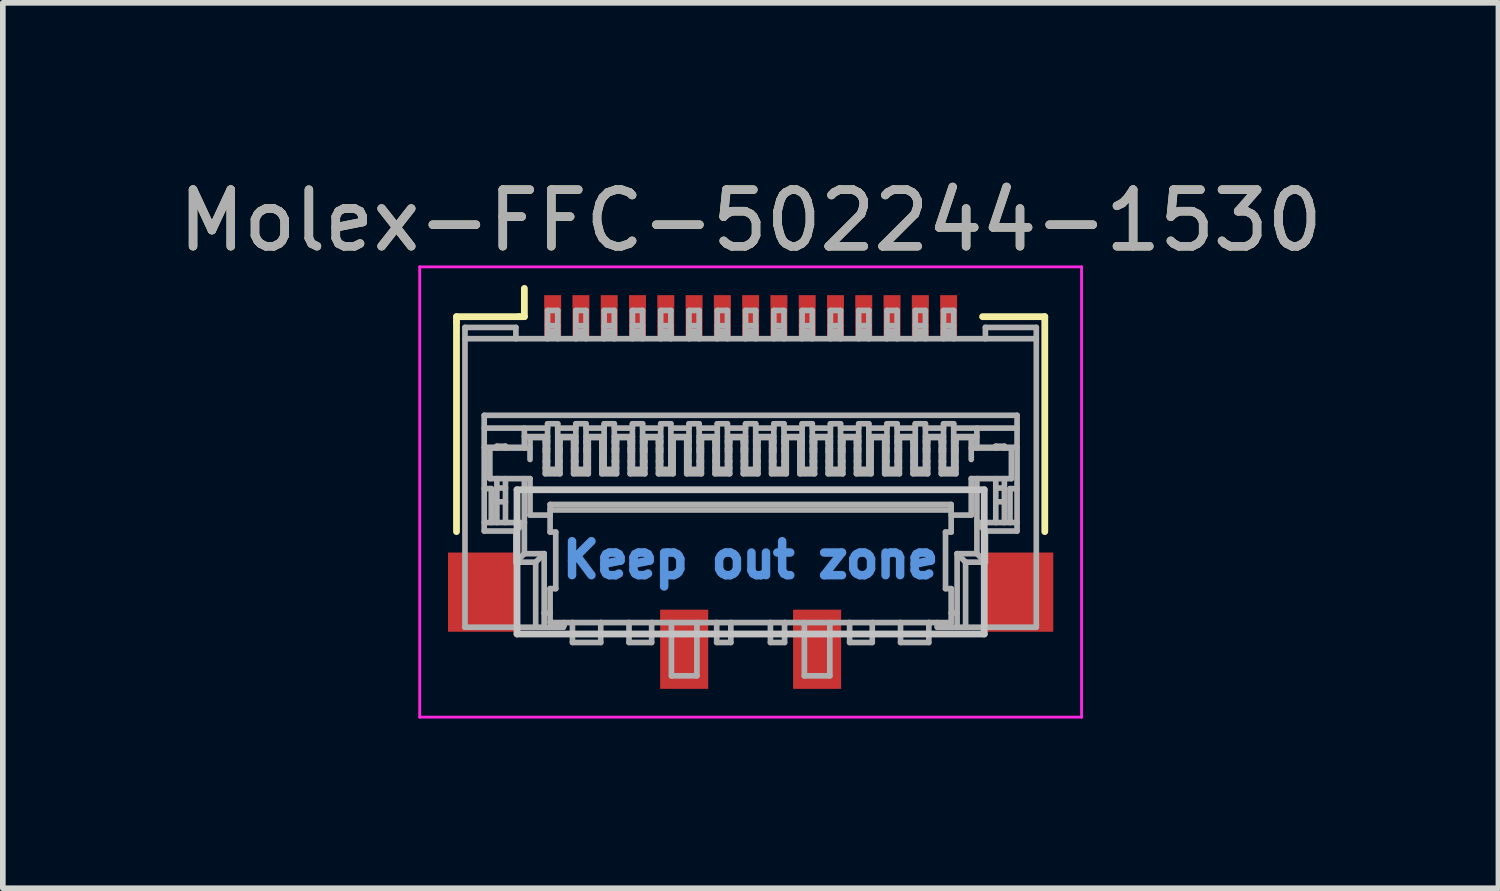
<source format=kicad_pcb>
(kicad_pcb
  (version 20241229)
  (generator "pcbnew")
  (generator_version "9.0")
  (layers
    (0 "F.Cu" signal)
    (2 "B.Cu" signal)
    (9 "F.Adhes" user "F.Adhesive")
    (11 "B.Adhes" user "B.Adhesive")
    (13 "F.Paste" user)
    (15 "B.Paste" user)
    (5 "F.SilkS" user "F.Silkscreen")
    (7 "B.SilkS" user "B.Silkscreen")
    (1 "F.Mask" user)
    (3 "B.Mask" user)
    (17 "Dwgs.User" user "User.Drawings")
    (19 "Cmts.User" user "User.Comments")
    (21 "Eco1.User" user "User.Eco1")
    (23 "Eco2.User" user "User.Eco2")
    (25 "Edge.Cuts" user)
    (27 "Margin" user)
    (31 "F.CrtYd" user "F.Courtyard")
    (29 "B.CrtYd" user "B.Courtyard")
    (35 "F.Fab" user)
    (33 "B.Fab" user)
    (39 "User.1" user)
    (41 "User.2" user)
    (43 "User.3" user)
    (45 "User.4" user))
  (footprint "Molex-FFC-502244-1530"
    (layer "F.Cu")
    (at 10.22 5.648)
    (property "Reference" "Molex-FFC-502244-1530" (at 0 -4.8 0) (layer "F.SilkS") (effects (font (size 1 1) (thickness 0.15))))
    (attr smd)
    (fp_line (start -5.2 -3.1) (end -4.1 -3.1) (stroke (width 0.12) (type solid)) (layer "F.SilkS"))
    (fp_line (start -5.2 -3) (end -5.2 -3.1) (stroke (width 0.12) (type solid)) (layer "F.SilkS"))
    (fp_line (start -5.2 0.7) (end -5.2 -3) (stroke (width 0.12) (type solid)) (layer "F.SilkS"))
    (fp_line (start -4.1 -3.1) (end -4 -3.1) (stroke (width 0.12) (type solid)) (layer "F.SilkS"))
    (fp_line (start -4 -3.1) (end -4 -3.6) (stroke (width 0.12) (type solid)) (layer "F.SilkS"))
    (fp_line (start 4.1 -3.1) (end 5.2 -3.1) (stroke (width 0.12) (type solid)) (layer "F.SilkS"))
    (fp_line (start 5.2 -3.1) (end 5.2 0.7) (stroke (width 0.12) (type solid)) (layer "F.SilkS"))
    (fp_line (start -4.13 -0.04) (end 4.13 -0.04) (stroke (width 0.12) (type solid)) (layer "Dwgs.User"))
    (fp_line (start -4.13 2.51) (end -4.13 -0.04) (stroke (width 0.12) (type solid)) (layer "Dwgs.User"))
    (fp_line (start 4.13 -0.04) (end 4.13 2.51) (stroke (width 0.12) (type solid)) (layer "Dwgs.User"))
    (fp_line (start 4.13 2.51) (end -4.13 2.51) (stroke (width 0.12) (type solid)) (layer "Dwgs.User"))
    (fp_line (start -5.85 -3.98) (end 5.85 -3.98) (stroke (width 0.05) (type solid)) (layer "F.CrtYd"))
    (fp_line (start -5.85 3.98) (end -5.85 -3.98) (stroke (width 0.05) (type solid)) (layer "F.CrtYd"))
    (fp_line (start 5.85 -3.98) (end 5.85 3.98) (stroke (width 0.05) (type solid)) (layer "F.CrtYd"))
    (fp_line (start 5.85 3.98) (end -5.85 3.98) (stroke (width 0.05) (type solid)) (layer "F.CrtYd"))
    (fp_line (start -5.05 -2.91) (end -5.05 2.39) (stroke (width 0.1) (type solid)) (layer "F.Fab"))
    (fp_line (start -5.05 2.39) (end -3.31 2.39) (stroke (width 0.1) (type solid)) (layer "F.Fab"))
    (fp_line (start -4.71 -1.356) (end 4.71 -1.356) (stroke (width 0.1) (type solid)) (layer "F.Fab"))
    (fp_line (start -4.71 0.54) (end -4 0.54) (stroke (width 0.1) (type solid)) (layer "F.Fab"))
    (fp_line (start -4.71 0.69) (end -4.71 -1.356) (stroke (width 0.1) (type solid)) (layer "F.Fab"))
    (fp_line (start -4.61 -0.777) (end -4.61 -0.237) (stroke (width 0.1) (type solid)) (layer "F.Fab"))
    (fp_line (start -4.61 -0.237) (end -3.9 -0.237) (stroke (width 0.1) (type solid)) (layer "F.Fab"))
    (fp_line (start -4.585 -0.06) (end -4.71 -0.06) (stroke (width 0.1) (type solid)) (layer "F.Fab"))
    (fp_line (start -4.585 0.54) (end -4.585 -0.06) (stroke (width 0.1) (type solid)) (layer "F.Fab"))
    (fp_line (start -4.486 -0.81) (end -4.486 -0.777) (stroke (width 0.1) (type solid)) (layer "F.Fab"))
    (fp_line (start -4.486 -0.79) (end -4.71 -0.79) (stroke (width 0.1) (type solid)) (layer "F.Fab"))
    (fp_line (start -4.486 -0.237) (end -4.486 0.54) (stroke (width 0.1) (type solid)) (layer "F.Fab"))
    (fp_line (start -4.334 -0.81) (end -4.486 -0.81) (stroke (width 0.1) (type solid)) (layer "F.Fab"))
    (fp_line (start -4.334 -0.777) (end -4.334 -0.81) (stroke (width 0.1) (type solid)) (layer "F.Fab"))
    (fp_line (start -4.334 -0.07) (end -4.486 -0.07) (stroke (width 0.1) (type solid)) (layer "F.Fab"))
    (fp_line (start -4.334 0.173) (end -4.486 0.173) (stroke (width 0.1) (type solid)) (layer "F.Fab"))
    (fp_line (start -4.334 0.54) (end -4.334 -0.237) (stroke (width 0.1) (type solid)) (layer "F.Fab"))
    (fp_line (start -4.15 -2.91) (end -5.05 -2.91) (stroke (width 0.1) (type solid)) (layer "F.Fab"))
    (fp_line (start -4.15 -2.71) (end -4.15 -2.91) (stroke (width 0.1) (type solid)) (layer "F.Fab"))
    (fp_line (start -4.15 0.69) (end -4.71 0.69) (stroke (width 0.1) (type solid)) (layer "F.Fab"))
    (fp_line (start -4.15 1.24) (end -4.15 0.69) (stroke (width 0.1) (type solid)) (layer "F.Fab"))
    (fp_line (start -4.15 1.24) (end -4 1.09) (stroke (width 0.1) (type solid)) (layer "F.Fab"))
    (fp_line (start -4 -1.13) (end -4 -0.777) (stroke (width 0.1) (type solid)) (layer "F.Fab"))
    (fp_line (start -4 -0.79) (end -4.334 -0.79) (stroke (width 0.1) (type solid)) (layer "F.Fab"))
    (fp_line (start -4 -0.237) (end -4 1.09) (stroke (width 0.1) (type solid)) (layer "F.Fab"))
    (fp_line (start -4 0.54) (end -4.15 0.69) (stroke (width 0.1) (type solid)) (layer "F.Fab"))
    (fp_line (start -3.9 -0.962) (end -3.9 -0.575) (stroke (width 0.1) (type solid)) (layer "F.Fab"))
    (fp_line (start -3.9 -0.777) (end -4.61 -0.777) (stroke (width 0.1) (type solid)) (layer "F.Fab"))
    (fp_line (start -3.9 -0.237) (end -3.9 0.408) (stroke (width 0.1) (type solid)) (layer "F.Fab"))
    (fp_line (start -3.9 0.408) (end -3.545 0.408) (stroke (width 0.1) (type solid)) (layer "F.Fab"))
    (fp_line (start -3.8 1.24) (end -4.15 1.24) (stroke (width 0.1) (type solid)) (layer "F.Fab"))
    (fp_line (start -3.8 1.24) (end -3.65 1.09) (stroke (width 0.1) (type solid)) (layer "F.Fab"))
    (fp_line (start -3.8 2.39) (end -3.8 1.24) (stroke (width 0.1) (type solid)) (layer "F.Fab"))
    (fp_line (start -3.65 1.09) (end -4 1.09) (stroke (width 0.1) (type solid)) (layer "F.Fab"))
    (fp_line (start -3.65 2.14) (end -3.545 2.14) (stroke (width 0.1) (type solid)) (layer "F.Fab"))
    (fp_line (start -3.65 2.39) (end -3.65 1.09) (stroke (width 0.1) (type solid)) (layer "F.Fab"))
    (fp_line (start -3.63 -0.962) (end -3.9 -0.962) (stroke (width 0.1) (type solid)) (layer "F.Fab"))
    (fp_line (start -3.63 -0.962) (end -3.63 -0.909) (stroke (width 0.1) (type solid)) (layer "F.Fab"))
    (fp_line (start -3.63 -0.872) (end -3.63 -0.323) (stroke (width 0.1) (type solid)) (layer "F.Fab"))
    (fp_line (start -3.63 -0.872) (end -3.59 -0.872) (stroke (width 0.1) (type solid)) (layer "F.Fab"))
    (fp_line (start -3.63 -0.766) (end -3.59 -0.766) (stroke (width 0.1) (type solid)) (layer "F.Fab"))
    (fp_line (start -3.63 -0.542) (end -3.59 -0.542) (stroke (width 0.1) (type solid)) (layer "F.Fab"))
    (fp_line (start -3.59 -3.21) (end -3.59 -2.71) (stroke (width 0.1) (type solid)) (layer "F.Fab"))
    (fp_line (start -3.59 -2.84) (end -3.41 -2.84) (stroke (width 0.1) (type solid)) (layer "F.Fab"))
    (fp_line (start -3.59 -1.206) (end -3.59 -0.4) (stroke (width 0.1) (type solid)) (layer "F.Fab"))
    (fp_line (start -3.59 -1.13) (end -4.71 -1.13) (stroke (width 0.1) (type solid)) (layer "F.Fab"))
    (fp_line (start -3.59 -0.98) (end -4 -0.98) (stroke (width 0.1) (type solid)) (layer "F.Fab"))
    (fp_line (start -3.59 -0.909) (end -3.63 -0.909) (stroke (width 0.1) (type solid)) (layer "F.Fab"))
    (fp_line (start -3.59 -0.719) (end -3.63 -0.719) (stroke (width 0.1) (type solid)) (layer "F.Fab"))
    (fp_line (start -3.59 -0.422) (end -3.63 -0.422) (stroke (width 0.1) (type solid)) (layer "F.Fab"))
    (fp_line (start -3.59 -0.4) (end -3.41 -0.4) (stroke (width 0.1) (type solid)) (layer "F.Fab"))
    (fp_line (start -3.545 0.22) (end -3.545 0.708) (stroke (width 0.1) (type solid)) (layer "F.Fab"))
    (fp_line (start -3.545 0.22) (end 3.545 0.22) (stroke (width 0.1) (type solid)) (layer "F.Fab"))
    (fp_line (start -3.545 0.318) (end 3.545 0.318) (stroke (width 0.1) (type solid)) (layer "F.Fab"))
    (fp_line (start -3.545 0.708) (end -3.445 0.708) (stroke (width 0.1) (type solid)) (layer "F.Fab"))
    (fp_line (start -3.545 1.708) (end -3.545 2.308) (stroke (width 0.1) (type solid)) (layer "F.Fab"))
    (fp_line (start -3.545 2.308) (end 3.545 2.308) (stroke (width 0.1) (type solid)) (layer "F.Fab"))
    (fp_line (start -3.445 0.708) (end -3.445 1.708) (stroke (width 0.1) (type solid)) (layer "F.Fab"))
    (fp_line (start -3.445 1.708) (end -3.545 1.708) (stroke (width 0.1) (type solid)) (layer "F.Fab"))
    (fp_line (start -3.41 -3.21) (end -3.59 -3.21) (stroke (width 0.1) (type solid)) (layer "F.Fab"))
    (fp_line (start -3.41 -3.21) (end -3.41 -2.71) (stroke (width 0.1) (type solid)) (layer "F.Fab"))
    (fp_line (start -3.41 -2.94) (end -3.59 -2.94) (stroke (width 0.1) (type solid)) (layer "F.Fab"))
    (fp_line (start -3.41 -2.79) (end -3.59 -2.79) (stroke (width 0.1) (type solid)) (layer "F.Fab"))
    (fp_line (start -3.41 -1.206) (end -3.59 -1.206) (stroke (width 0.1) (type solid)) (layer "F.Fab"))
    (fp_line (start -3.41 -1.13) (end -3.09 -1.13) (stroke (width 0.1) (type solid)) (layer "F.Fab"))
    (fp_line (start -3.41 -0.872) (end -3.37 -0.872) (stroke (width 0.1) (type solid)) (layer "F.Fab"))
    (fp_line (start -3.41 -0.766) (end -3.37 -0.766) (stroke (width 0.1) (type solid)) (layer "F.Fab"))
    (fp_line (start -3.41 -0.542) (end -3.37 -0.542) (stroke (width 0.1) (type solid)) (layer "F.Fab"))
    (fp_line (start -3.41 -0.4) (end -3.41 -1.206) (stroke (width 0.1) (type solid)) (layer "F.Fab"))
    (fp_line (start -3.37 -0.962) (end -3.37 -0.909) (stroke (width 0.1) (type solid)) (layer "F.Fab"))
    (fp_line (start -3.37 -0.909) (end -3.41 -0.909) (stroke (width 0.1) (type solid)) (layer "F.Fab"))
    (fp_line (start -3.37 -0.872) (end -3.37 -0.323) (stroke (width 0.1) (type solid)) (layer "F.Fab"))
    (fp_line (start -3.37 -0.719) (end -3.41 -0.719) (stroke (width 0.1) (type solid)) (layer "F.Fab"))
    (fp_line (start -3.37 -0.422) (end -3.41 -0.422) (stroke (width 0.1) (type solid)) (layer "F.Fab"))
    (fp_line (start -3.37 -0.323) (end -3.63 -0.323) (stroke (width 0.1) (type solid)) (layer "F.Fab"))
    (fp_line (start -3.3 2.359) (end -3.31 2.39) (stroke (width 0.1) (type solid)) (layer "F.Fab"))
    (fp_line (start -3.3 2.359) (end -3.3 2.308) (stroke (width 0.1) (type solid)) (layer "F.Fab"))
    (fp_line (start -3.15 2.66) (end -3.15 2.308) (stroke (width 0.1) (type solid)) (layer "F.Fab"))
    (fp_line (start -3.15 2.66) (end -2.65 2.66) (stroke (width 0.1) (type solid)) (layer "F.Fab"))
    (fp_line (start -3.13 -0.962) (end -3.37 -0.962) (stroke (width 0.1) (type solid)) (layer "F.Fab"))
    (fp_line (start -3.13 -0.962) (end -3.13 -0.909) (stroke (width 0.1) (type solid)) (layer "F.Fab"))
    (fp_line (start -3.13 -0.872) (end -3.09 -0.872) (stroke (width 0.1) (type solid)) (layer "F.Fab"))
    (fp_line (start -3.13 -0.766) (end -3.09 -0.766) (stroke (width 0.1) (type solid)) (layer "F.Fab"))
    (fp_line (start -3.13 -0.542) (end -3.09 -0.542) (stroke (width 0.1) (type solid)) (layer "F.Fab"))
    (fp_line (start -3.13 -0.323) (end -3.13 -0.872) (stroke (width 0.1) (type solid)) (layer "F.Fab"))
    (fp_line (start -3.09 -3.21) (end -3.09 -2.71) (stroke (width 0.1) (type solid)) (layer "F.Fab"))
    (fp_line (start -3.09 -2.84) (end -2.91 -2.84) (stroke (width 0.1) (type solid)) (layer "F.Fab"))
    (fp_line (start -3.09 -1.206) (end -3.09 -0.4) (stroke (width 0.1) (type solid)) (layer "F.Fab"))
    (fp_line (start -3.09 -0.98) (end -3.41 -0.98) (stroke (width 0.1) (type solid)) (layer "F.Fab"))
    (fp_line (start -3.09 -0.909) (end -3.13 -0.909) (stroke (width 0.1) (type solid)) (layer "F.Fab"))
    (fp_line (start -3.09 -0.719) (end -3.13 -0.719) (stroke (width 0.1) (type solid)) (layer "F.Fab"))
    (fp_line (start -3.09 -0.422) (end -3.13 -0.422) (stroke (width 0.1) (type solid)) (layer "F.Fab"))
    (fp_line (start -3.09 -0.4) (end -2.91 -0.4) (stroke (width 0.1) (type solid)) (layer "F.Fab"))
    (fp_line (start -2.91 -3.21) (end -3.09 -3.21) (stroke (width 0.1) (type solid)) (layer "F.Fab"))
    (fp_line (start -2.91 -3.21) (end -2.91 -2.71) (stroke (width 0.1) (type solid)) (layer "F.Fab"))
    (fp_line (start -2.91 -2.94) (end -3.09 -2.94) (stroke (width 0.1) (type solid)) (layer "F.Fab"))
    (fp_line (start -2.91 -2.79) (end -3.09 -2.79) (stroke (width 0.1) (type solid)) (layer "F.Fab"))
    (fp_line (start -2.91 -1.206) (end -3.09 -1.206) (stroke (width 0.1) (type solid)) (layer "F.Fab"))
    (fp_line (start -2.91 -1.13) (end -2.59 -1.13) (stroke (width 0.1) (type solid)) (layer "F.Fab"))
    (fp_line (start -2.91 -0.872) (end -2.87 -0.872) (stroke (width 0.1) (type solid)) (layer "F.Fab"))
    (fp_line (start -2.91 -0.766) (end -2.87 -0.766) (stroke (width 0.1) (type solid)) (layer "F.Fab"))
    (fp_line (start -2.91 -0.542) (end -2.87 -0.542) (stroke (width 0.1) (type solid)) (layer "F.Fab"))
    (fp_line (start -2.91 -0.4) (end -2.91 -1.206) (stroke (width 0.1) (type solid)) (layer "F.Fab"))
    (fp_line (start -2.87 -0.962) (end -2.87 -0.909) (stroke (width 0.1) (type solid)) (layer "F.Fab"))
    (fp_line (start -2.87 -0.909) (end -2.91 -0.909) (stroke (width 0.1) (type solid)) (layer "F.Fab"))
    (fp_line (start -2.87 -0.872) (end -2.87 -0.323) (stroke (width 0.1) (type solid)) (layer "F.Fab"))
    (fp_line (start -2.87 -0.719) (end -2.91 -0.719) (stroke (width 0.1) (type solid)) (layer "F.Fab"))
    (fp_line (start -2.87 -0.422) (end -2.91 -0.422) (stroke (width 0.1) (type solid)) (layer "F.Fab"))
    (fp_line (start -2.87 -0.323) (end -3.13 -0.323) (stroke (width 0.1) (type solid)) (layer "F.Fab"))
    (fp_line (start -2.65 2.66) (end -2.65 2.308) (stroke (width 0.1) (type solid)) (layer "F.Fab"))
    (fp_line (start -2.63 -0.962) (end -2.87 -0.962) (stroke (width 0.1) (type solid)) (layer "F.Fab"))
    (fp_line (start -2.63 -0.962) (end -2.63 -0.909) (stroke (width 0.1) (type solid)) (layer "F.Fab"))
    (fp_line (start -2.63 -0.872) (end -2.59 -0.872) (stroke (width 0.1) (type solid)) (layer "F.Fab"))
    (fp_line (start -2.63 -0.766) (end -2.59 -0.766) (stroke (width 0.1) (type solid)) (layer "F.Fab"))
    (fp_line (start -2.63 -0.542) (end -2.59 -0.542) (stroke (width 0.1) (type solid)) (layer "F.Fab"))
    (fp_line (start -2.63 -0.323) (end -2.63 -0.872) (stroke (width 0.1) (type solid)) (layer "F.Fab"))
    (fp_line (start -2.59 -3.21) (end -2.59 -2.71) (stroke (width 0.1) (type solid)) (layer "F.Fab"))
    (fp_line (start -2.59 -2.84) (end -2.41 -2.84) (stroke (width 0.1) (type solid)) (layer "F.Fab"))
    (fp_line (start -2.59 -1.206) (end -2.59 -0.4) (stroke (width 0.1) (type solid)) (layer "F.Fab"))
    (fp_line (start -2.59 -0.98) (end -2.91 -0.98) (stroke (width 0.1) (type solid)) (layer "F.Fab"))
    (fp_line (start -2.59 -0.909) (end -2.63 -0.909) (stroke (width 0.1) (type solid)) (layer "F.Fab"))
    (fp_line (start -2.59 -0.719) (end -2.63 -0.719) (stroke (width 0.1) (type solid)) (layer "F.Fab"))
    (fp_line (start -2.59 -0.422) (end -2.63 -0.422) (stroke (width 0.1) (type solid)) (layer "F.Fab"))
    (fp_line (start -2.59 -0.4) (end -2.41 -0.4) (stroke (width 0.1) (type solid)) (layer "F.Fab"))
    (fp_line (start -2.41 -3.21) (end -2.59 -3.21) (stroke (width 0.1) (type solid)) (layer "F.Fab"))
    (fp_line (start -2.41 -3.21) (end -2.41 -2.71) (stroke (width 0.1) (type solid)) (layer "F.Fab"))
    (fp_line (start -2.41 -2.94) (end -2.59 -2.94) (stroke (width 0.1) (type solid)) (layer "F.Fab"))
    (fp_line (start -2.41 -2.79) (end -2.59 -2.79) (stroke (width 0.1) (type solid)) (layer "F.Fab"))
    (fp_line (start -2.41 -1.206) (end -2.59 -1.206) (stroke (width 0.1) (type solid)) (layer "F.Fab"))
    (fp_line (start -2.41 -1.13) (end -2.09 -1.13) (stroke (width 0.1) (type solid)) (layer "F.Fab"))
    (fp_line (start -2.41 -0.872) (end -2.37 -0.872) (stroke (width 0.1) (type solid)) (layer "F.Fab"))
    (fp_line (start -2.41 -0.766) (end -2.37 -0.766) (stroke (width 0.1) (type solid)) (layer "F.Fab"))
    (fp_line (start -2.41 -0.542) (end -2.37 -0.542) (stroke (width 0.1) (type solid)) (layer "F.Fab"))
    (fp_line (start -2.41 -0.4) (end -2.41 -1.206) (stroke (width 0.1) (type solid)) (layer "F.Fab"))
    (fp_line (start -2.37 -0.962) (end -2.37 -0.909) (stroke (width 0.1) (type solid)) (layer "F.Fab"))
    (fp_line (start -2.37 -0.909) (end -2.41 -0.909) (stroke (width 0.1) (type solid)) (layer "F.Fab"))
    (fp_line (start -2.37 -0.872) (end -2.37 -0.323) (stroke (width 0.1) (type solid)) (layer "F.Fab"))
    (fp_line (start -2.37 -0.719) (end -2.41 -0.719) (stroke (width 0.1) (type solid)) (layer "F.Fab"))
    (fp_line (start -2.37 -0.422) (end -2.41 -0.422) (stroke (width 0.1) (type solid)) (layer "F.Fab"))
    (fp_line (start -2.37 -0.323) (end -2.63 -0.323) (stroke (width 0.1) (type solid)) (layer "F.Fab"))
    (fp_line (start -2.15 2.66) (end -2.15 2.308) (stroke (width 0.1) (type solid)) (layer "F.Fab"))
    (fp_line (start -2.15 2.66) (end -1.75 2.66) (stroke (width 0.1) (type solid)) (layer "F.Fab"))
    (fp_line (start -2.13 -0.962) (end -2.37 -0.962) (stroke (width 0.1) (type solid)) (layer "F.Fab"))
    (fp_line (start -2.13 -0.962) (end -2.13 -0.909) (stroke (width 0.1) (type solid)) (layer "F.Fab"))
    (fp_line (start -2.13 -0.872) (end -2.09 -0.872) (stroke (width 0.1) (type solid)) (layer "F.Fab"))
    (fp_line (start -2.13 -0.766) (end -2.09 -0.766) (stroke (width 0.1) (type solid)) (layer "F.Fab"))
    (fp_line (start -2.13 -0.542) (end -2.09 -0.542) (stroke (width 0.1) (type solid)) (layer "F.Fab"))
    (fp_line (start -2.13 -0.323) (end -2.13 -0.872) (stroke (width 0.1) (type solid)) (layer "F.Fab"))
    (fp_line (start -2.09 -3.21) (end -2.09 -2.71) (stroke (width 0.1) (type solid)) (layer "F.Fab"))
    (fp_line (start -2.09 -2.84) (end -1.91 -2.84) (stroke (width 0.1) (type solid)) (layer "F.Fab"))
    (fp_line (start -2.09 -1.206) (end -2.09 -0.4) (stroke (width 0.1) (type solid)) (layer "F.Fab"))
    (fp_line (start -2.09 -0.98) (end -2.41 -0.98) (stroke (width 0.1) (type solid)) (layer "F.Fab"))
    (fp_line (start -2.09 -0.909) (end -2.13 -0.909) (stroke (width 0.1) (type solid)) (layer "F.Fab"))
    (fp_line (start -2.09 -0.719) (end -2.13 -0.719) (stroke (width 0.1) (type solid)) (layer "F.Fab"))
    (fp_line (start -2.09 -0.422) (end -2.13 -0.422) (stroke (width 0.1) (type solid)) (layer "F.Fab"))
    (fp_line (start -2.09 -0.4) (end -1.91 -0.4) (stroke (width 0.1) (type solid)) (layer "F.Fab"))
    (fp_line (start -1.91 -3.21) (end -2.09 -3.21) (stroke (width 0.1) (type solid)) (layer "F.Fab"))
    (fp_line (start -1.91 -3.21) (end -1.91 -2.71) (stroke (width 0.1) (type solid)) (layer "F.Fab"))
    (fp_line (start -1.91 -2.94) (end -2.09 -2.94) (stroke (width 0.1) (type solid)) (layer "F.Fab"))
    (fp_line (start -1.91 -2.79) (end -2.09 -2.79) (stroke (width 0.1) (type solid)) (layer "F.Fab"))
    (fp_line (start -1.91 -1.206) (end -2.09 -1.206) (stroke (width 0.1) (type solid)) (layer "F.Fab"))
    (fp_line (start -1.91 -1.13) (end -1.59 -1.13) (stroke (width 0.1) (type solid)) (layer "F.Fab"))
    (fp_line (start -1.91 -0.872) (end -1.87 -0.872) (stroke (width 0.1) (type solid)) (layer "F.Fab"))
    (fp_line (start -1.91 -0.766) (end -1.87 -0.766) (stroke (width 0.1) (type solid)) (layer "F.Fab"))
    (fp_line (start -1.91 -0.542) (end -1.87 -0.542) (stroke (width 0.1) (type solid)) (layer "F.Fab"))
    (fp_line (start -1.91 -0.4) (end -1.91 -1.206) (stroke (width 0.1) (type solid)) (layer "F.Fab"))
    (fp_line (start -1.87 -0.962) (end -1.87 -0.909) (stroke (width 0.1) (type solid)) (layer "F.Fab"))
    (fp_line (start -1.87 -0.909) (end -1.91 -0.909) (stroke (width 0.1) (type solid)) (layer "F.Fab"))
    (fp_line (start -1.87 -0.872) (end -1.87 -0.323) (stroke (width 0.1) (type solid)) (layer "F.Fab"))
    (fp_line (start -1.87 -0.719) (end -1.91 -0.719) (stroke (width 0.1) (type solid)) (layer "F.Fab"))
    (fp_line (start -1.87 -0.422) (end -1.91 -0.422) (stroke (width 0.1) (type solid)) (layer "F.Fab"))
    (fp_line (start -1.87 -0.323) (end -2.13 -0.323) (stroke (width 0.1) (type solid)) (layer "F.Fab"))
    (fp_line (start -1.75 2.66) (end -1.75 2.308) (stroke (width 0.1) (type solid)) (layer "F.Fab"))
    (fp_line (start -1.63 -0.962) (end -1.87 -0.962) (stroke (width 0.1) (type solid)) (layer "F.Fab"))
    (fp_line (start -1.63 -0.962) (end -1.63 -0.909) (stroke (width 0.1) (type solid)) (layer "F.Fab"))
    (fp_line (start -1.63 -0.872) (end -1.59 -0.872) (stroke (width 0.1) (type solid)) (layer "F.Fab"))
    (fp_line (start -1.63 -0.766) (end -1.59 -0.766) (stroke (width 0.1) (type solid)) (layer "F.Fab"))
    (fp_line (start -1.63 -0.542) (end -1.59 -0.542) (stroke (width 0.1) (type solid)) (layer "F.Fab"))
    (fp_line (start -1.63 -0.323) (end -1.63 -0.872) (stroke (width 0.1) (type solid)) (layer "F.Fab"))
    (fp_line (start -1.59 -3.21) (end -1.59 -2.71) (stroke (width 0.1) (type solid)) (layer "F.Fab"))
    (fp_line (start -1.59 -2.84) (end -1.41 -2.84) (stroke (width 0.1) (type solid)) (layer "F.Fab"))
    (fp_line (start -1.59 -1.206) (end -1.59 -0.4) (stroke (width 0.1) (type solid)) (layer "F.Fab"))
    (fp_line (start -1.59 -0.98) (end -1.91 -0.98) (stroke (width 0.1) (type solid)) (layer "F.Fab"))
    (fp_line (start -1.59 -0.909) (end -1.63 -0.909) (stroke (width 0.1) (type solid)) (layer "F.Fab"))
    (fp_line (start -1.59 -0.719) (end -1.63 -0.719) (stroke (width 0.1) (type solid)) (layer "F.Fab"))
    (fp_line (start -1.59 -0.422) (end -1.63 -0.422) (stroke (width 0.1) (type solid)) (layer "F.Fab"))
    (fp_line (start -1.59 -0.4) (end -1.41 -0.4) (stroke (width 0.1) (type solid)) (layer "F.Fab"))
    (fp_line (start -1.41 -3.21) (end -1.59 -3.21) (stroke (width 0.1) (type solid)) (layer "F.Fab"))
    (fp_line (start -1.41 -3.21) (end -1.41 -2.71) (stroke (width 0.1) (type solid)) (layer "F.Fab"))
    (fp_line (start -1.41 -2.94) (end -1.59 -2.94) (stroke (width 0.1) (type solid)) (layer "F.Fab"))
    (fp_line (start -1.41 -2.79) (end -1.59 -2.79) (stroke (width 0.1) (type solid)) (layer "F.Fab"))
    (fp_line (start -1.41 -1.206) (end -1.59 -1.206) (stroke (width 0.1) (type solid)) (layer "F.Fab"))
    (fp_line (start -1.41 -1.13) (end -1.09 -1.13) (stroke (width 0.1) (type solid)) (layer "F.Fab"))
    (fp_line (start -1.41 -0.872) (end -1.37 -0.872) (stroke (width 0.1) (type solid)) (layer "F.Fab"))
    (fp_line (start -1.41 -0.766) (end -1.37 -0.766) (stroke (width 0.1) (type solid)) (layer "F.Fab"))
    (fp_line (start -1.41 -0.542) (end -1.37 -0.542) (stroke (width 0.1) (type solid)) (layer "F.Fab"))
    (fp_line (start -1.41 -0.4) (end -1.41 -1.206) (stroke (width 0.1) (type solid)) (layer "F.Fab"))
    (fp_line (start -1.4 3.25) (end -1.4 2.34) (stroke (width 0.1) (type solid)) (layer "F.Fab"))
    (fp_line (start -1.4 3.25) (end -0.95 3.25) (stroke (width 0.1) (type solid)) (layer "F.Fab"))
    (fp_line (start -1.37 -0.962) (end -1.37 -0.909) (stroke (width 0.1) (type solid)) (layer "F.Fab"))
    (fp_line (start -1.37 -0.909) (end -1.41 -0.909) (stroke (width 0.1) (type solid)) (layer "F.Fab"))
    (fp_line (start -1.37 -0.872) (end -1.37 -0.323) (stroke (width 0.1) (type solid)) (layer "F.Fab"))
    (fp_line (start -1.37 -0.719) (end -1.41 -0.719) (stroke (width 0.1) (type solid)) (layer "F.Fab"))
    (fp_line (start -1.37 -0.422) (end -1.41 -0.422) (stroke (width 0.1) (type solid)) (layer "F.Fab"))
    (fp_line (start -1.37 -0.323) (end -1.63 -0.323) (stroke (width 0.1) (type solid)) (layer "F.Fab"))
    (fp_line (start -1.13 -0.962) (end -1.37 -0.962) (stroke (width 0.1) (type solid)) (layer "F.Fab"))
    (fp_line (start -1.13 -0.962) (end -1.13 -0.909) (stroke (width 0.1) (type solid)) (layer "F.Fab"))
    (fp_line (start -1.13 -0.872) (end -1.09 -0.872) (stroke (width 0.1) (type solid)) (layer "F.Fab"))
    (fp_line (start -1.13 -0.766) (end -1.09 -0.766) (stroke (width 0.1) (type solid)) (layer "F.Fab"))
    (fp_line (start -1.13 -0.542) (end -1.09 -0.542) (stroke (width 0.1) (type solid)) (layer "F.Fab"))
    (fp_line (start -1.13 -0.323) (end -1.13 -0.872) (stroke (width 0.1) (type solid)) (layer "F.Fab"))
    (fp_line (start -1.09 -3.21) (end -1.09 -2.71) (stroke (width 0.1) (type solid)) (layer "F.Fab"))
    (fp_line (start -1.09 -2.84) (end -0.91 -2.84) (stroke (width 0.1) (type solid)) (layer "F.Fab"))
    (fp_line (start -1.09 -1.206) (end -1.09 -0.4) (stroke (width 0.1) (type solid)) (layer "F.Fab"))
    (fp_line (start -1.09 -0.98) (end -1.41 -0.98) (stroke (width 0.1) (type solid)) (layer "F.Fab"))
    (fp_line (start -1.09 -0.909) (end -1.13 -0.909) (stroke (width 0.1) (type solid)) (layer "F.Fab"))
    (fp_line (start -1.09 -0.719) (end -1.13 -0.719) (stroke (width 0.1) (type solid)) (layer "F.Fab"))
    (fp_line (start -1.09 -0.422) (end -1.13 -0.422) (stroke (width 0.1) (type solid)) (layer "F.Fab"))
    (fp_line (start -1.09 -0.4) (end -0.91 -0.4) (stroke (width 0.1) (type solid)) (layer "F.Fab"))
    (fp_line (start -0.95 2.34) (end -0.95 3.25) (stroke (width 0.1) (type solid)) (layer "F.Fab"))
    (fp_line (start -0.91 -3.21) (end -1.09 -3.21) (stroke (width 0.1) (type solid)) (layer "F.Fab"))
    (fp_line (start -0.91 -3.21) (end -0.91 -2.71) (stroke (width 0.1) (type solid)) (layer "F.Fab"))
    (fp_line (start -0.91 -2.94) (end -1.09 -2.94) (stroke (width 0.1) (type solid)) (layer "F.Fab"))
    (fp_line (start -0.91 -2.79) (end -1.09 -2.79) (stroke (width 0.1) (type solid)) (layer "F.Fab"))
    (fp_line (start -0.91 -1.206) (end -1.09 -1.206) (stroke (width 0.1) (type solid)) (layer "F.Fab"))
    (fp_line (start -0.91 -1.13) (end -0.59 -1.13) (stroke (width 0.1) (type solid)) (layer "F.Fab"))
    (fp_line (start -0.91 -0.872) (end -0.87 -0.872) (stroke (width 0.1) (type solid)) (layer "F.Fab"))
    (fp_line (start -0.91 -0.766) (end -0.87 -0.766) (stroke (width 0.1) (type solid)) (layer "F.Fab"))
    (fp_line (start -0.91 -0.542) (end -0.87 -0.542) (stroke (width 0.1) (type solid)) (layer "F.Fab"))
    (fp_line (start -0.91 -0.4) (end -0.91 -1.206) (stroke (width 0.1) (type solid)) (layer "F.Fab"))
    (fp_line (start -0.87 -0.962) (end -0.87 -0.909) (stroke (width 0.1) (type solid)) (layer "F.Fab"))
    (fp_line (start -0.87 -0.909) (end -0.91 -0.909) (stroke (width 0.1) (type solid)) (layer "F.Fab"))
    (fp_line (start -0.87 -0.872) (end -0.87 -0.323) (stroke (width 0.1) (type solid)) (layer "F.Fab"))
    (fp_line (start -0.87 -0.719) (end -0.91 -0.719) (stroke (width 0.1) (type solid)) (layer "F.Fab"))
    (fp_line (start -0.87 -0.422) (end -0.91 -0.422) (stroke (width 0.1) (type solid)) (layer "F.Fab"))
    (fp_line (start -0.87 -0.323) (end -1.13 -0.323) (stroke (width 0.1) (type solid)) (layer "F.Fab"))
    (fp_line (start -0.63 -0.962) (end -0.87 -0.962) (stroke (width 0.1) (type solid)) (layer "F.Fab"))
    (fp_line (start -0.63 -0.962) (end -0.63 -0.909) (stroke (width 0.1) (type solid)) (layer "F.Fab"))
    (fp_line (start -0.63 -0.872) (end -0.59 -0.872) (stroke (width 0.1) (type solid)) (layer "F.Fab"))
    (fp_line (start -0.63 -0.766) (end -0.59 -0.766) (stroke (width 0.1) (type solid)) (layer "F.Fab"))
    (fp_line (start -0.63 -0.542) (end -0.59 -0.542) (stroke (width 0.1) (type solid)) (layer "F.Fab"))
    (fp_line (start -0.63 -0.323) (end -0.63 -0.872) (stroke (width 0.1) (type solid)) (layer "F.Fab"))
    (fp_line (start -0.6 2.66) (end -0.6 2.308) (stroke (width 0.1) (type solid)) (layer "F.Fab"))
    (fp_line (start -0.6 2.66) (end -0.35 2.66) (stroke (width 0.1) (type solid)) (layer "F.Fab"))
    (fp_line (start -0.59 -3.21) (end -0.59 -2.71) (stroke (width 0.1) (type solid)) (layer "F.Fab"))
    (fp_line (start -0.59 -2.84) (end -0.41 -2.84) (stroke (width 0.1) (type solid)) (layer "F.Fab"))
    (fp_line (start -0.59 -1.206) (end -0.59 -0.4) (stroke (width 0.1) (type solid)) (layer "F.Fab"))
    (fp_line (start -0.59 -0.98) (end -0.91 -0.98) (stroke (width 0.1) (type solid)) (layer "F.Fab"))
    (fp_line (start -0.59 -0.909) (end -0.63 -0.909) (stroke (width 0.1) (type solid)) (layer "F.Fab"))
    (fp_line (start -0.59 -0.719) (end -0.63 -0.719) (stroke (width 0.1) (type solid)) (layer "F.Fab"))
    (fp_line (start -0.59 -0.422) (end -0.63 -0.422) (stroke (width 0.1) (type solid)) (layer "F.Fab"))
    (fp_line (start -0.59 -0.4) (end -0.41 -0.4) (stroke (width 0.1) (type solid)) (layer "F.Fab"))
    (fp_line (start -0.41 -3.21) (end -0.59 -3.21) (stroke (width 0.1) (type solid)) (layer "F.Fab"))
    (fp_line (start -0.41 -3.21) (end -0.41 -2.71) (stroke (width 0.1) (type solid)) (layer "F.Fab"))
    (fp_line (start -0.41 -2.94) (end -0.59 -2.94) (stroke (width 0.1) (type solid)) (layer "F.Fab"))
    (fp_line (start -0.41 -2.79) (end -0.59 -2.79) (stroke (width 0.1) (type solid)) (layer "F.Fab"))
    (fp_line (start -0.41 -1.206) (end -0.59 -1.206) (stroke (width 0.1) (type solid)) (layer "F.Fab"))
    (fp_line (start -0.41 -1.13) (end -0.09 -1.13) (stroke (width 0.1) (type solid)) (layer "F.Fab"))
    (fp_line (start -0.41 -0.872) (end -0.37 -0.872) (stroke (width 0.1) (type solid)) (layer "F.Fab"))
    (fp_line (start -0.41 -0.766) (end -0.37 -0.766) (stroke (width 0.1) (type solid)) (layer "F.Fab"))
    (fp_line (start -0.41 -0.542) (end -0.37 -0.542) (stroke (width 0.1) (type solid)) (layer "F.Fab"))
    (fp_line (start -0.41 -0.4) (end -0.41 -1.206) (stroke (width 0.1) (type solid)) (layer "F.Fab"))
    (fp_line (start -0.37 -0.962) (end -0.37 -0.909) (stroke (width 0.1) (type solid)) (layer "F.Fab"))
    (fp_line (start -0.37 -0.909) (end -0.41 -0.909) (stroke (width 0.1) (type solid)) (layer "F.Fab"))
    (fp_line (start -0.37 -0.872) (end -0.37 -0.323) (stroke (width 0.1) (type solid)) (layer "F.Fab"))
    (fp_line (start -0.37 -0.719) (end -0.41 -0.719) (stroke (width 0.1) (type solid)) (layer "F.Fab"))
    (fp_line (start -0.37 -0.422) (end -0.41 -0.422) (stroke (width 0.1) (type solid)) (layer "F.Fab"))
    (fp_line (start -0.37 -0.323) (end -0.63 -0.323) (stroke (width 0.1) (type solid)) (layer "F.Fab"))
    (fp_line (start -0.35 2.66) (end -0.35 2.308) (stroke (width 0.1) (type solid)) (layer "F.Fab"))
    (fp_line (start -0.13 -0.962) (end -0.37 -0.962) (stroke (width 0.1) (type solid)) (layer "F.Fab"))
    (fp_line (start -0.13 -0.962) (end -0.13 -0.909) (stroke (width 0.1) (type solid)) (layer "F.Fab"))
    (fp_line (start -0.13 -0.872) (end -0.09 -0.872) (stroke (width 0.1) (type solid)) (layer "F.Fab"))
    (fp_line (start -0.13 -0.766) (end -0.09 -0.766) (stroke (width 0.1) (type solid)) (layer "F.Fab"))
    (fp_line (start -0.13 -0.542) (end -0.09 -0.542) (stroke (width 0.1) (type solid)) (layer "F.Fab"))
    (fp_line (start -0.13 -0.323) (end -0.13 -0.872) (stroke (width 0.1) (type solid)) (layer "F.Fab"))
    (fp_line (start -0.09 -3.21) (end -0.09 -2.71) (stroke (width 0.1) (type solid)) (layer "F.Fab"))
    (fp_line (start -0.09 -2.84) (end 0.09 -2.84) (stroke (width 0.1) (type solid)) (layer "F.Fab"))
    (fp_line (start -0.09 -1.206) (end -0.09 -0.4) (stroke (width 0.1) (type solid)) (layer "F.Fab"))
    (fp_line (start -0.09 -0.98) (end -0.41 -0.98) (stroke (width 0.1) (type solid)) (layer "F.Fab"))
    (fp_line (start -0.09 -0.909) (end -0.13 -0.909) (stroke (width 0.1) (type solid)) (layer "F.Fab"))
    (fp_line (start -0.09 -0.719) (end -0.13 -0.719) (stroke (width 0.1) (type solid)) (layer "F.Fab"))
    (fp_line (start -0.09 -0.422) (end -0.13 -0.422) (stroke (width 0.1) (type solid)) (layer "F.Fab"))
    (fp_line (start -0.09 -0.4) (end 0.09 -0.4) (stroke (width 0.1) (type solid)) (layer "F.Fab"))
    (fp_line (start 0.09 -3.21) (end -0.09 -3.21) (stroke (width 0.1) (type solid)) (layer "F.Fab"))
    (fp_line (start 0.09 -3.21) (end 0.09 -2.71) (stroke (width 0.1) (type solid)) (layer "F.Fab"))
    (fp_line (start 0.09 -2.94) (end -0.09 -2.94) (stroke (width 0.1) (type solid)) (layer "F.Fab"))
    (fp_line (start 0.09 -2.79) (end -0.09 -2.79) (stroke (width 0.1) (type solid)) (layer "F.Fab"))
    (fp_line (start 0.09 -1.206) (end -0.09 -1.206) (stroke (width 0.1) (type solid)) (layer "F.Fab"))
    (fp_line (start 0.09 -1.13) (end 0.41 -1.13) (stroke (width 0.1) (type solid)) (layer "F.Fab"))
    (fp_line (start 0.09 -0.872) (end 0.13 -0.872) (stroke (width 0.1) (type solid)) (layer "F.Fab"))
    (fp_line (start 0.09 -0.766) (end 0.13 -0.766) (stroke (width 0.1) (type solid)) (layer "F.Fab"))
    (fp_line (start 0.09 -0.542) (end 0.13 -0.542) (stroke (width 0.1) (type solid)) (layer "F.Fab"))
    (fp_line (start 0.09 -0.4) (end 0.09 -1.206) (stroke (width 0.1) (type solid)) (layer "F.Fab"))
    (fp_line (start 0.13 -0.962) (end 0.13 -0.909) (stroke (width 0.1) (type solid)) (layer "F.Fab"))
    (fp_line (start 0.13 -0.909) (end 0.09 -0.909) (stroke (width 0.1) (type solid)) (layer "F.Fab"))
    (fp_line (start 0.13 -0.872) (end 0.13 -0.323) (stroke (width 0.1) (type solid)) (layer "F.Fab"))
    (fp_line (start 0.13 -0.719) (end 0.09 -0.719) (stroke (width 0.1) (type solid)) (layer "F.Fab"))
    (fp_line (start 0.13 -0.422) (end 0.09 -0.422) (stroke (width 0.1) (type solid)) (layer "F.Fab"))
    (fp_line (start 0.13 -0.323) (end -0.13 -0.323) (stroke (width 0.1) (type solid)) (layer "F.Fab"))
    (fp_line (start 0.35 2.66) (end 0.35 2.308) (stroke (width 0.1) (type solid)) (layer "F.Fab"))
    (fp_line (start 0.35 2.66) (end 0.6 2.66) (stroke (width 0.1) (type solid)) (layer "F.Fab"))
    (fp_line (start 0.37 -0.962) (end 0.13 -0.962) (stroke (width 0.1) (type solid)) (layer "F.Fab"))
    (fp_line (start 0.37 -0.962) (end 0.37 -0.909) (stroke (width 0.1) (type solid)) (layer "F.Fab"))
    (fp_line (start 0.37 -0.872) (end 0.41 -0.872) (stroke (width 0.1) (type solid)) (layer "F.Fab"))
    (fp_line (start 0.37 -0.766) (end 0.41 -0.766) (stroke (width 0.1) (type solid)) (layer "F.Fab"))
    (fp_line (start 0.37 -0.542) (end 0.41 -0.542) (stroke (width 0.1) (type solid)) (layer "F.Fab"))
    (fp_line (start 0.37 -0.323) (end 0.37 -0.872) (stroke (width 0.1) (type solid)) (layer "F.Fab"))
    (fp_line (start 0.41 -3.21) (end 0.41 -2.71) (stroke (width 0.1) (type solid)) (layer "F.Fab"))
    (fp_line (start 0.41 -2.84) (end 0.59 -2.84) (stroke (width 0.1) (type solid)) (layer "F.Fab"))
    (fp_line (start 0.41 -1.206) (end 0.41 -0.4) (stroke (width 0.1) (type solid)) (layer "F.Fab"))
    (fp_line (start 0.41 -0.98) (end 0.09 -0.98) (stroke (width 0.1) (type solid)) (layer "F.Fab"))
    (fp_line (start 0.41 -0.909) (end 0.37 -0.909) (stroke (width 0.1) (type solid)) (layer "F.Fab"))
    (fp_line (start 0.41 -0.719) (end 0.37 -0.719) (stroke (width 0.1) (type solid)) (layer "F.Fab"))
    (fp_line (start 0.41 -0.422) (end 0.37 -0.422) (stroke (width 0.1) (type solid)) (layer "F.Fab"))
    (fp_line (start 0.41 -0.4) (end 0.59 -0.4) (stroke (width 0.1) (type solid)) (layer "F.Fab"))
    (fp_line (start 0.59 -3.21) (end 0.41 -3.21) (stroke (width 0.1) (type solid)) (layer "F.Fab"))
    (fp_line (start 0.59 -3.21) (end 0.59 -2.71) (stroke (width 0.1) (type solid)) (layer "F.Fab"))
    (fp_line (start 0.59 -2.94) (end 0.41 -2.94) (stroke (width 0.1) (type solid)) (layer "F.Fab"))
    (fp_line (start 0.59 -2.79) (end 0.41 -2.79) (stroke (width 0.1) (type solid)) (layer "F.Fab"))
    (fp_line (start 0.59 -1.206) (end 0.41 -1.206) (stroke (width 0.1) (type solid)) (layer "F.Fab"))
    (fp_line (start 0.59 -1.13) (end 0.91 -1.13) (stroke (width 0.1) (type solid)) (layer "F.Fab"))
    (fp_line (start 0.59 -0.872) (end 0.63 -0.872) (stroke (width 0.1) (type solid)) (layer "F.Fab"))
    (fp_line (start 0.59 -0.766) (end 0.63 -0.766) (stroke (width 0.1) (type solid)) (layer "F.Fab"))
    (fp_line (start 0.59 -0.542) (end 0.63 -0.542) (stroke (width 0.1) (type solid)) (layer "F.Fab"))
    (fp_line (start 0.59 -0.4) (end 0.59 -1.206) (stroke (width 0.1) (type solid)) (layer "F.Fab"))
    (fp_line (start 0.6 2.66) (end 0.6 2.308) (stroke (width 0.1) (type solid)) (layer "F.Fab"))
    (fp_line (start 0.63 -0.962) (end 0.63 -0.909) (stroke (width 0.1) (type solid)) (layer "F.Fab"))
    (fp_line (start 0.63 -0.909) (end 0.59 -0.909) (stroke (width 0.1) (type solid)) (layer "F.Fab"))
    (fp_line (start 0.63 -0.872) (end 0.63 -0.323) (stroke (width 0.1) (type solid)) (layer "F.Fab"))
    (fp_line (start 0.63 -0.719) (end 0.59 -0.719) (stroke (width 0.1) (type solid)) (layer "F.Fab"))
    (fp_line (start 0.63 -0.422) (end 0.59 -0.422) (stroke (width 0.1) (type solid)) (layer "F.Fab"))
    (fp_line (start 0.63 -0.323) (end 0.37 -0.323) (stroke (width 0.1) (type solid)) (layer "F.Fab"))
    (fp_line (start 0.87 -0.962) (end 0.63 -0.962) (stroke (width 0.1) (type solid)) (layer "F.Fab"))
    (fp_line (start 0.87 -0.962) (end 0.87 -0.909) (stroke (width 0.1) (type solid)) (layer "F.Fab"))
    (fp_line (start 0.87 -0.872) (end 0.91 -0.872) (stroke (width 0.1) (type solid)) (layer "F.Fab"))
    (fp_line (start 0.87 -0.766) (end 0.91 -0.766) (stroke (width 0.1) (type solid)) (layer "F.Fab"))
    (fp_line (start 0.87 -0.542) (end 0.91 -0.542) (stroke (width 0.1) (type solid)) (layer "F.Fab"))
    (fp_line (start 0.87 -0.323) (end 0.87 -0.872) (stroke (width 0.1) (type solid)) (layer "F.Fab"))
    (fp_line (start 0.91 -3.21) (end 0.91 -2.71) (stroke (width 0.1) (type solid)) (layer "F.Fab"))
    (fp_line (start 0.91 -2.84) (end 1.09 -2.84) (stroke (width 0.1) (type solid)) (layer "F.Fab"))
    (fp_line (start 0.91 -1.206) (end 0.91 -0.4) (stroke (width 0.1) (type solid)) (layer "F.Fab"))
    (fp_line (start 0.91 -0.98) (end 0.59 -0.98) (stroke (width 0.1) (type solid)) (layer "F.Fab"))
    (fp_line (start 0.91 -0.909) (end 0.87 -0.909) (stroke (width 0.1) (type solid)) (layer "F.Fab"))
    (fp_line (start 0.91 -0.719) (end 0.87 -0.719) (stroke (width 0.1) (type solid)) (layer "F.Fab"))
    (fp_line (start 0.91 -0.422) (end 0.87 -0.422) (stroke (width 0.1) (type solid)) (layer "F.Fab"))
    (fp_line (start 0.91 -0.4) (end 1.09 -0.4) (stroke (width 0.1) (type solid)) (layer "F.Fab"))
    (fp_line (start 0.95 3.25) (end 0.95 2.34) (stroke (width 0.1) (type solid)) (layer "F.Fab"))
    (fp_line (start 0.95 3.25) (end 1.4 3.25) (stroke (width 0.1) (type solid)) (layer "F.Fab"))
    (fp_line (start 1.09 -3.21) (end 0.91 -3.21) (stroke (width 0.1) (type solid)) (layer "F.Fab"))
    (fp_line (start 1.09 -3.21) (end 1.09 -2.71) (stroke (width 0.1) (type solid)) (layer "F.Fab"))
    (fp_line (start 1.09 -2.94) (end 0.91 -2.94) (stroke (width 0.1) (type solid)) (layer "F.Fab"))
    (fp_line (start 1.09 -2.79) (end 0.91 -2.79) (stroke (width 0.1) (type solid)) (layer "F.Fab"))
    (fp_line (start 1.09 -1.206) (end 0.91 -1.206) (stroke (width 0.1) (type solid)) (layer "F.Fab"))
    (fp_line (start 1.09 -1.13) (end 1.41 -1.13) (stroke (width 0.1) (type solid)) (layer "F.Fab"))
    (fp_line (start 1.09 -0.872) (end 1.13 -0.872) (stroke (width 0.1) (type solid)) (layer "F.Fab"))
    (fp_line (start 1.09 -0.766) (end 1.13 -0.766) (stroke (width 0.1) (type solid)) (layer "F.Fab"))
    (fp_line (start 1.09 -0.542) (end 1.13 -0.542) (stroke (width 0.1) (type solid)) (layer "F.Fab"))
    (fp_line (start 1.09 -0.4) (end 1.09 -1.206) (stroke (width 0.1) (type solid)) (layer "F.Fab"))
    (fp_line (start 1.13 -0.962) (end 1.13 -0.909) (stroke (width 0.1) (type solid)) (layer "F.Fab"))
    (fp_line (start 1.13 -0.909) (end 1.09 -0.909) (stroke (width 0.1) (type solid)) (layer "F.Fab"))
    (fp_line (start 1.13 -0.872) (end 1.13 -0.323) (stroke (width 0.1) (type solid)) (layer "F.Fab"))
    (fp_line (start 1.13 -0.719) (end 1.09 -0.719) (stroke (width 0.1) (type solid)) (layer "F.Fab"))
    (fp_line (start 1.13 -0.422) (end 1.09 -0.422) (stroke (width 0.1) (type solid)) (layer "F.Fab"))
    (fp_line (start 1.13 -0.323) (end 0.87 -0.323) (stroke (width 0.1) (type solid)) (layer "F.Fab"))
    (fp_line (start 1.37 -0.962) (end 1.13 -0.962) (stroke (width 0.1) (type solid)) (layer "F.Fab"))
    (fp_line (start 1.37 -0.962) (end 1.37 -0.909) (stroke (width 0.1) (type solid)) (layer "F.Fab"))
    (fp_line (start 1.37 -0.872) (end 1.41 -0.872) (stroke (width 0.1) (type solid)) (layer "F.Fab"))
    (fp_line (start 1.37 -0.766) (end 1.41 -0.766) (stroke (width 0.1) (type solid)) (layer "F.Fab"))
    (fp_line (start 1.37 -0.542) (end 1.41 -0.542) (stroke (width 0.1) (type solid)) (layer "F.Fab"))
    (fp_line (start 1.37 -0.323) (end 1.37 -0.872) (stroke (width 0.1) (type solid)) (layer "F.Fab"))
    (fp_line (start 1.4 2.34) (end 1.4 3.25) (stroke (width 0.1) (type solid)) (layer "F.Fab"))
    (fp_line (start 1.41 -3.21) (end 1.41 -2.71) (stroke (width 0.1) (type solid)) (layer "F.Fab"))
    (fp_line (start 1.41 -2.84) (end 1.59 -2.84) (stroke (width 0.1) (type solid)) (layer "F.Fab"))
    (fp_line (start 1.41 -1.206) (end 1.41 -0.4) (stroke (width 0.1) (type solid)) (layer "F.Fab"))
    (fp_line (start 1.41 -0.98) (end 1.09 -0.98) (stroke (width 0.1) (type solid)) (layer "F.Fab"))
    (fp_line (start 1.41 -0.909) (end 1.37 -0.909) (stroke (width 0.1) (type solid)) (layer "F.Fab"))
    (fp_line (start 1.41 -0.719) (end 1.37 -0.719) (stroke (width 0.1) (type solid)) (layer "F.Fab"))
    (fp_line (start 1.41 -0.422) (end 1.37 -0.422) (stroke (width 0.1) (type solid)) (layer "F.Fab"))
    (fp_line (start 1.41 -0.4) (end 1.59 -0.4) (stroke (width 0.1) (type solid)) (layer "F.Fab"))
    (fp_line (start 1.59 -3.21) (end 1.41 -3.21) (stroke (width 0.1) (type solid)) (layer "F.Fab"))
    (fp_line (start 1.59 -3.21) (end 1.59 -2.71) (stroke (width 0.1) (type solid)) (layer "F.Fab"))
    (fp_line (start 1.59 -2.94) (end 1.41 -2.94) (stroke (width 0.1) (type solid)) (layer "F.Fab"))
    (fp_line (start 1.59 -2.79) (end 1.41 -2.79) (stroke (width 0.1) (type solid)) (layer "F.Fab"))
    (fp_line (start 1.59 -1.206) (end 1.41 -1.206) (stroke (width 0.1) (type solid)) (layer "F.Fab"))
    (fp_line (start 1.59 -1.13) (end 1.91 -1.13) (stroke (width 0.1) (type solid)) (layer "F.Fab"))
    (fp_line (start 1.59 -0.872) (end 1.63 -0.872) (stroke (width 0.1) (type solid)) (layer "F.Fab"))
    (fp_line (start 1.59 -0.766) (end 1.63 -0.766) (stroke (width 0.1) (type solid)) (layer "F.Fab"))
    (fp_line (start 1.59 -0.542) (end 1.63 -0.542) (stroke (width 0.1) (type solid)) (layer "F.Fab"))
    (fp_line (start 1.59 -0.4) (end 1.59 -1.206) (stroke (width 0.1) (type solid)) (layer "F.Fab"))
    (fp_line (start 1.63 -0.962) (end 1.63 -0.909) (stroke (width 0.1) (type solid)) (layer "F.Fab"))
    (fp_line (start 1.63 -0.909) (end 1.59 -0.909) (stroke (width 0.1) (type solid)) (layer "F.Fab"))
    (fp_line (start 1.63 -0.872) (end 1.63 -0.323) (stroke (width 0.1) (type solid)) (layer "F.Fab"))
    (fp_line (start 1.63 -0.719) (end 1.59 -0.719) (stroke (width 0.1) (type solid)) (layer "F.Fab"))
    (fp_line (start 1.63 -0.422) (end 1.59 -0.422) (stroke (width 0.1) (type solid)) (layer "F.Fab"))
    (fp_line (start 1.63 -0.323) (end 1.37 -0.323) (stroke (width 0.1) (type solid)) (layer "F.Fab"))
    (fp_line (start 1.75 2.66) (end 1.75 2.308) (stroke (width 0.1) (type solid)) (layer "F.Fab"))
    (fp_line (start 1.75 2.66) (end 2.15 2.66) (stroke (width 0.1) (type solid)) (layer "F.Fab"))
    (fp_line (start 1.87 -0.962) (end 1.63 -0.962) (stroke (width 0.1) (type solid)) (layer "F.Fab"))
    (fp_line (start 1.87 -0.962) (end 1.87 -0.909) (stroke (width 0.1) (type solid)) (layer "F.Fab"))
    (fp_line (start 1.87 -0.872) (end 1.91 -0.872) (stroke (width 0.1) (type solid)) (layer "F.Fab"))
    (fp_line (start 1.87 -0.766) (end 1.91 -0.766) (stroke (width 0.1) (type solid)) (layer "F.Fab"))
    (fp_line (start 1.87 -0.542) (end 1.91 -0.542) (stroke (width 0.1) (type solid)) (layer "F.Fab"))
    (fp_line (start 1.87 -0.323) (end 1.87 -0.872) (stroke (width 0.1) (type solid)) (layer "F.Fab"))
    (fp_line (start 1.91 -3.21) (end 1.91 -2.71) (stroke (width 0.1) (type solid)) (layer "F.Fab"))
    (fp_line (start 1.91 -2.84) (end 2.09 -2.84) (stroke (width 0.1) (type solid)) (layer "F.Fab"))
    (fp_line (start 1.91 -1.206) (end 1.91 -0.4) (stroke (width 0.1) (type solid)) (layer "F.Fab"))
    (fp_line (start 1.91 -0.98) (end 1.59 -0.98) (stroke (width 0.1) (type solid)) (layer "F.Fab"))
    (fp_line (start 1.91 -0.909) (end 1.87 -0.909) (stroke (width 0.1) (type solid)) (layer "F.Fab"))
    (fp_line (start 1.91 -0.719) (end 1.87 -0.719) (stroke (width 0.1) (type solid)) (layer "F.Fab"))
    (fp_line (start 1.91 -0.422) (end 1.87 -0.422) (stroke (width 0.1) (type solid)) (layer "F.Fab"))
    (fp_line (start 1.91 -0.4) (end 2.09 -0.4) (stroke (width 0.1) (type solid)) (layer "F.Fab"))
    (fp_line (start 2.09 -3.21) (end 1.91 -3.21) (stroke (width 0.1) (type solid)) (layer "F.Fab"))
    (fp_line (start 2.09 -3.21) (end 2.09 -2.71) (stroke (width 0.1) (type solid)) (layer "F.Fab"))
    (fp_line (start 2.09 -2.94) (end 1.91 -2.94) (stroke (width 0.1) (type solid)) (layer "F.Fab"))
    (fp_line (start 2.09 -2.79) (end 1.91 -2.79) (stroke (width 0.1) (type solid)) (layer "F.Fab"))
    (fp_line (start 2.09 -1.206) (end 1.91 -1.206) (stroke (width 0.1) (type solid)) (layer "F.Fab"))
    (fp_line (start 2.09 -1.13) (end 2.41 -1.13) (stroke (width 0.1) (type solid)) (layer "F.Fab"))
    (fp_line (start 2.09 -0.872) (end 2.13 -0.872) (stroke (width 0.1) (type solid)) (layer "F.Fab"))
    (fp_line (start 2.09 -0.766) (end 2.13 -0.766) (stroke (width 0.1) (type solid)) (layer "F.Fab"))
    (fp_line (start 2.09 -0.542) (end 2.13 -0.542) (stroke (width 0.1) (type solid)) (layer "F.Fab"))
    (fp_line (start 2.09 -0.4) (end 2.09 -1.206) (stroke (width 0.1) (type solid)) (layer "F.Fab"))
    (fp_line (start 2.13 -0.962) (end 2.13 -0.909) (stroke (width 0.1) (type solid)) (layer "F.Fab"))
    (fp_line (start 2.13 -0.909) (end 2.09 -0.909) (stroke (width 0.1) (type solid)) (layer "F.Fab"))
    (fp_line (start 2.13 -0.872) (end 2.13 -0.323) (stroke (width 0.1) (type solid)) (layer "F.Fab"))
    (fp_line (start 2.13 -0.719) (end 2.09 -0.719) (stroke (width 0.1) (type solid)) (layer "F.Fab"))
    (fp_line (start 2.13 -0.422) (end 2.09 -0.422) (stroke (width 0.1) (type solid)) (layer "F.Fab"))
    (fp_line (start 2.13 -0.323) (end 1.87 -0.323) (stroke (width 0.1) (type solid)) (layer "F.Fab"))
    (fp_line (start 2.15 2.66) (end 2.15 2.308) (stroke (width 0.1) (type solid)) (layer "F.Fab"))
    (fp_line (start 2.37 -0.962) (end 2.13 -0.962) (stroke (width 0.1) (type solid)) (layer "F.Fab"))
    (fp_line (start 2.37 -0.962) (end 2.37 -0.909) (stroke (width 0.1) (type solid)) (layer "F.Fab"))
    (fp_line (start 2.37 -0.872) (end 2.41 -0.872) (stroke (width 0.1) (type solid)) (layer "F.Fab"))
    (fp_line (start 2.37 -0.766) (end 2.41 -0.766) (stroke (width 0.1) (type solid)) (layer "F.Fab"))
    (fp_line (start 2.37 -0.542) (end 2.41 -0.542) (stroke (width 0.1) (type solid)) (layer "F.Fab"))
    (fp_line (start 2.37 -0.323) (end 2.37 -0.872) (stroke (width 0.1) (type solid)) (layer "F.Fab"))
    (fp_line (start 2.41 -3.21) (end 2.41 -2.71) (stroke (width 0.1) (type solid)) (layer "F.Fab"))
    (fp_line (start 2.41 -2.84) (end 2.59 -2.84) (stroke (width 0.1) (type solid)) (layer "F.Fab"))
    (fp_line (start 2.41 -1.206) (end 2.41 -0.4) (stroke (width 0.1) (type solid)) (layer "F.Fab"))
    (fp_line (start 2.41 -0.98) (end 2.09 -0.98) (stroke (width 0.1) (type solid)) (layer "F.Fab"))
    (fp_line (start 2.41 -0.909) (end 2.37 -0.909) (stroke (width 0.1) (type solid)) (layer "F.Fab"))
    (fp_line (start 2.41 -0.719) (end 2.37 -0.719) (stroke (width 0.1) (type solid)) (layer "F.Fab"))
    (fp_line (start 2.41 -0.422) (end 2.37 -0.422) (stroke (width 0.1) (type solid)) (layer "F.Fab"))
    (fp_line (start 2.41 -0.4) (end 2.59 -0.4) (stroke (width 0.1) (type solid)) (layer "F.Fab"))
    (fp_line (start 2.59 -3.21) (end 2.41 -3.21) (stroke (width 0.1) (type solid)) (layer "F.Fab"))
    (fp_line (start 2.59 -3.21) (end 2.59 -2.71) (stroke (width 0.1) (type solid)) (layer "F.Fab"))
    (fp_line (start 2.59 -2.94) (end 2.41 -2.94) (stroke (width 0.1) (type solid)) (layer "F.Fab"))
    (fp_line (start 2.59 -2.79) (end 2.41 -2.79) (stroke (width 0.1) (type solid)) (layer "F.Fab"))
    (fp_line (start 2.59 -1.206) (end 2.41 -1.206) (stroke (width 0.1) (type solid)) (layer "F.Fab"))
    (fp_line (start 2.59 -1.13) (end 2.91 -1.13) (stroke (width 0.1) (type solid)) (layer "F.Fab"))
    (fp_line (start 2.59 -0.872) (end 2.63 -0.872) (stroke (width 0.1) (type solid)) (layer "F.Fab"))
    (fp_line (start 2.59 -0.766) (end 2.63 -0.766) (stroke (width 0.1) (type solid)) (layer "F.Fab"))
    (fp_line (start 2.59 -0.542) (end 2.63 -0.542) (stroke (width 0.1) (type solid)) (layer "F.Fab"))
    (fp_line (start 2.59 -0.4) (end 2.59 -1.206) (stroke (width 0.1) (type solid)) (layer "F.Fab"))
    (fp_line (start 2.63 -0.962) (end 2.63 -0.909) (stroke (width 0.1) (type solid)) (layer "F.Fab"))
    (fp_line (start 2.63 -0.909) (end 2.59 -0.909) (stroke (width 0.1) (type solid)) (layer "F.Fab"))
    (fp_line (start 2.63 -0.872) (end 2.63 -0.323) (stroke (width 0.1) (type solid)) (layer "F.Fab"))
    (fp_line (start 2.63 -0.719) (end 2.59 -0.719) (stroke (width 0.1) (type solid)) (layer "F.Fab"))
    (fp_line (start 2.63 -0.422) (end 2.59 -0.422) (stroke (width 0.1) (type solid)) (layer "F.Fab"))
    (fp_line (start 2.63 -0.323) (end 2.37 -0.323) (stroke (width 0.1) (type solid)) (layer "F.Fab"))
    (fp_line (start 2.65 2.66) (end 2.65 2.308) (stroke (width 0.1) (type solid)) (layer "F.Fab"))
    (fp_line (start 2.65 2.66) (end 3.15 2.66) (stroke (width 0.1) (type solid)) (layer "F.Fab"))
    (fp_line (start 2.87 -0.962) (end 2.63 -0.962) (stroke (width 0.1) (type solid)) (layer "F.Fab"))
    (fp_line (start 2.87 -0.962) (end 2.87 -0.909) (stroke (width 0.1) (type solid)) (layer "F.Fab"))
    (fp_line (start 2.87 -0.872) (end 2.91 -0.872) (stroke (width 0.1) (type solid)) (layer "F.Fab"))
    (fp_line (start 2.87 -0.766) (end 2.91 -0.766) (stroke (width 0.1) (type solid)) (layer "F.Fab"))
    (fp_line (start 2.87 -0.542) (end 2.91 -0.542) (stroke (width 0.1) (type solid)) (layer "F.Fab"))
    (fp_line (start 2.87 -0.323) (end 2.87 -0.872) (stroke (width 0.1) (type solid)) (layer "F.Fab"))
    (fp_line (start 2.91 -3.21) (end 2.91 -2.71) (stroke (width 0.1) (type solid)) (layer "F.Fab"))
    (fp_line (start 2.91 -2.84) (end 3.09 -2.84) (stroke (width 0.1) (type solid)) (layer "F.Fab"))
    (fp_line (start 2.91 -1.206) (end 2.91 -0.4) (stroke (width 0.1) (type solid)) (layer "F.Fab"))
    (fp_line (start 2.91 -0.98) (end 2.59 -0.98) (stroke (width 0.1) (type solid)) (layer "F.Fab"))
    (fp_line (start 2.91 -0.909) (end 2.87 -0.909) (stroke (width 0.1) (type solid)) (layer "F.Fab"))
    (fp_line (start 2.91 -0.719) (end 2.87 -0.719) (stroke (width 0.1) (type solid)) (layer "F.Fab"))
    (fp_line (start 2.91 -0.422) (end 2.87 -0.422) (stroke (width 0.1) (type solid)) (layer "F.Fab"))
    (fp_line (start 2.91 -0.4) (end 3.09 -0.4) (stroke (width 0.1) (type solid)) (layer "F.Fab"))
    (fp_line (start 3.09 -3.21) (end 2.91 -3.21) (stroke (width 0.1) (type solid)) (layer "F.Fab"))
    (fp_line (start 3.09 -3.21) (end 3.09 -2.71) (stroke (width 0.1) (type solid)) (layer "F.Fab"))
    (fp_line (start 3.09 -2.94) (end 2.91 -2.94) (stroke (width 0.1) (type solid)) (layer "F.Fab"))
    (fp_line (start 3.09 -2.79) (end 2.91 -2.79) (stroke (width 0.1) (type solid)) (layer "F.Fab"))
    (fp_line (start 3.09 -1.206) (end 2.91 -1.206) (stroke (width 0.1) (type solid)) (layer "F.Fab"))
    (fp_line (start 3.09 -1.13) (end 3.41 -1.13) (stroke (width 0.1) (type solid)) (layer "F.Fab"))
    (fp_line (start 3.09 -0.872) (end 3.13 -0.872) (stroke (width 0.1) (type solid)) (layer "F.Fab"))
    (fp_line (start 3.09 -0.766) (end 3.13 -0.766) (stroke (width 0.1) (type solid)) (layer "F.Fab"))
    (fp_line (start 3.09 -0.542) (end 3.13 -0.542) (stroke (width 0.1) (type solid)) (layer "F.Fab"))
    (fp_line (start 3.09 -0.4) (end 3.09 -1.206) (stroke (width 0.1) (type solid)) (layer "F.Fab"))
    (fp_line (start 3.13 -0.962) (end 3.13 -0.909) (stroke (width 0.1) (type solid)) (layer "F.Fab"))
    (fp_line (start 3.13 -0.909) (end 3.09 -0.909) (stroke (width 0.1) (type solid)) (layer "F.Fab"))
    (fp_line (start 3.13 -0.872) (end 3.13 -0.323) (stroke (width 0.1) (type solid)) (layer "F.Fab"))
    (fp_line (start 3.13 -0.719) (end 3.09 -0.719) (stroke (width 0.1) (type solid)) (layer "F.Fab"))
    (fp_line (start 3.13 -0.422) (end 3.09 -0.422) (stroke (width 0.1) (type solid)) (layer "F.Fab"))
    (fp_line (start 3.13 -0.323) (end 2.87 -0.323) (stroke (width 0.1) (type solid)) (layer "F.Fab"))
    (fp_line (start 3.15 2.308) (end 3.15 2.66) (stroke (width 0.1) (type solid)) (layer "F.Fab"))
    (fp_line (start 3.3 2.308) (end 3.3 2.39) (stroke (width 0.1) (type solid)) (layer "F.Fab"))
    (fp_line (start 3.3 2.39) (end 5.05 2.39) (stroke (width 0.1) (type solid)) (layer "F.Fab"))
    (fp_line (start 3.37 -0.962) (end 3.13 -0.962) (stroke (width 0.1) (type solid)) (layer "F.Fab"))
    (fp_line (start 3.37 -0.962) (end 3.37 -0.909) (stroke (width 0.1) (type solid)) (layer "F.Fab"))
    (fp_line (start 3.37 -0.872) (end 3.41 -0.872) (stroke (width 0.1) (type solid)) (layer "F.Fab"))
    (fp_line (start 3.37 -0.766) (end 3.41 -0.766) (stroke (width 0.1) (type solid)) (layer "F.Fab"))
    (fp_line (start 3.37 -0.542) (end 3.41 -0.542) (stroke (width 0.1) (type solid)) (layer "F.Fab"))
    (fp_line (start 3.37 -0.323) (end 3.37 -0.872) (stroke (width 0.1) (type solid)) (layer "F.Fab"))
    (fp_line (start 3.41 -3.21) (end 3.41 -2.71) (stroke (width 0.1) (type solid)) (layer "F.Fab"))
    (fp_line (start 3.41 -2.84) (end 3.59 -2.84) (stroke (width 0.1) (type solid)) (layer "F.Fab"))
    (fp_line (start 3.41 -1.206) (end 3.41 -0.4) (stroke (width 0.1) (type solid)) (layer "F.Fab"))
    (fp_line (start 3.41 -0.98) (end 3.09 -0.98) (stroke (width 0.1) (type solid)) (layer "F.Fab"))
    (fp_line (start 3.41 -0.909) (end 3.37 -0.909) (stroke (width 0.1) (type solid)) (layer "F.Fab"))
    (fp_line (start 3.41 -0.719) (end 3.37 -0.719) (stroke (width 0.1) (type solid)) (layer "F.Fab"))
    (fp_line (start 3.41 -0.422) (end 3.37 -0.422) (stroke (width 0.1) (type solid)) (layer "F.Fab"))
    (fp_line (start 3.41 -0.4) (end 3.59 -0.4) (stroke (width 0.1) (type solid)) (layer "F.Fab"))
    (fp_line (start 3.445 0.708) (end 3.545 0.708) (stroke (width 0.1) (type solid)) (layer "F.Fab"))
    (fp_line (start 3.445 1.708) (end 3.445 0.708) (stroke (width 0.1) (type solid)) (layer "F.Fab"))
    (fp_line (start 3.545 0.408) (end 3.9 0.408) (stroke (width 0.1) (type solid)) (layer "F.Fab"))
    (fp_line (start 3.545 0.708) (end 3.545 0.22) (stroke (width 0.1) (type solid)) (layer "F.Fab"))
    (fp_line (start 3.545 1.708) (end 3.445 1.708) (stroke (width 0.1) (type solid)) (layer "F.Fab"))
    (fp_line (start 3.545 2.14) (end 3.65 2.14) (stroke (width 0.1) (type solid)) (layer "F.Fab"))
    (fp_line (start 3.545 2.308) (end 3.545 1.708) (stroke (width 0.1) (type solid)) (layer "F.Fab"))
    (fp_line (start 3.59 -3.21) (end 3.41 -3.21) (stroke (width 0.1) (type solid)) (layer "F.Fab"))
    (fp_line (start 3.59 -3.21) (end 3.59 -2.71) (stroke (width 0.1) (type solid)) (layer "F.Fab"))
    (fp_line (start 3.59 -2.94) (end 3.41 -2.94) (stroke (width 0.1) (type solid)) (layer "F.Fab"))
    (fp_line (start 3.59 -2.79) (end 3.41 -2.79) (stroke (width 0.1) (type solid)) (layer "F.Fab"))
    (fp_line (start 3.59 -1.206) (end 3.41 -1.206) (stroke (width 0.1) (type solid)) (layer "F.Fab"))
    (fp_line (start 3.59 -0.872) (end 3.63 -0.872) (stroke (width 0.1) (type solid)) (layer "F.Fab"))
    (fp_line (start 3.59 -0.766) (end 3.63 -0.766) (stroke (width 0.1) (type solid)) (layer "F.Fab"))
    (fp_line (start 3.59 -0.542) (end 3.63 -0.542) (stroke (width 0.1) (type solid)) (layer "F.Fab"))
    (fp_line (start 3.59 -0.4) (end 3.59 -1.206) (stroke (width 0.1) (type solid)) (layer "F.Fab"))
    (fp_line (start 3.63 -0.962) (end 3.63 -0.909) (stroke (width 0.1) (type solid)) (layer "F.Fab"))
    (fp_line (start 3.63 -0.909) (end 3.59 -0.909) (stroke (width 0.1) (type solid)) (layer "F.Fab"))
    (fp_line (start 3.63 -0.872) (end 3.63 -0.323) (stroke (width 0.1) (type solid)) (layer "F.Fab"))
    (fp_line (start 3.63 -0.719) (end 3.59 -0.719) (stroke (width 0.1) (type solid)) (layer "F.Fab"))
    (fp_line (start 3.63 -0.422) (end 3.59 -0.422) (stroke (width 0.1) (type solid)) (layer "F.Fab"))
    (fp_line (start 3.63 -0.323) (end 3.37 -0.323) (stroke (width 0.1) (type solid)) (layer "F.Fab"))
    (fp_line (start 3.65 1.09) (end 3.65 2.39) (stroke (width 0.1) (type solid)) (layer "F.Fab"))
    (fp_line (start 3.8 1.24) (end 3.65 1.09) (stroke (width 0.1) (type solid)) (layer "F.Fab"))
    (fp_line (start 3.8 1.24) (end 3.8 2.39) (stroke (width 0.1) (type solid)) (layer "F.Fab"))
    (fp_line (start 3.9 -0.962) (end 3.63 -0.962) (stroke (width 0.1) (type solid)) (layer "F.Fab"))
    (fp_line (start 3.9 -0.575) (end 3.9 -0.962) (stroke (width 0.1) (type solid)) (layer "F.Fab"))
    (fp_line (start 3.9 -0.237) (end 4.61 -0.237) (stroke (width 0.1) (type solid)) (layer "F.Fab"))
    (fp_line (start 3.9 0.408) (end 3.9 -0.237) (stroke (width 0.1) (type solid)) (layer "F.Fab"))
    (fp_line (start 4 -1.13) (end 4 -0.777) (stroke (width 0.1) (type solid)) (layer "F.Fab"))
    (fp_line (start 4 -0.98) (end 3.59 -0.98) (stroke (width 0.1) (type solid)) (layer "F.Fab"))
    (fp_line (start 4 -0.237) (end 4 1.09) (stroke (width 0.1) (type solid)) (layer "F.Fab"))
    (fp_line (start 4 0.54) (end 4.71 0.54) (stroke (width 0.1) (type solid)) (layer "F.Fab"))
    (fp_line (start 4 1.09) (end 3.65 1.09) (stroke (width 0.1) (type solid)) (layer "F.Fab"))
    (fp_line (start 4.15 -2.91) (end 4.15 -2.71) (stroke (width 0.1) (type solid)) (layer "F.Fab"))
    (fp_line (start 4.15 0.69) (end 4 0.54) (stroke (width 0.1) (type solid)) (layer "F.Fab"))
    (fp_line (start 4.15 0.69) (end 4.15 1.24) (stroke (width 0.1) (type solid)) (layer "F.Fab"))
    (fp_line (start 4.15 1.24) (end 3.8 1.24) (stroke (width 0.1) (type solid)) (layer "F.Fab"))
    (fp_line (start 4.15 1.24) (end 4 1.09) (stroke (width 0.1) (type solid)) (layer "F.Fab"))
    (fp_line (start 4.334 -0.81) (end 4.334 -0.777) (stroke (width 0.1) (type solid)) (layer "F.Fab"))
    (fp_line (start 4.334 -0.79) (end 4 -0.79) (stroke (width 0.1) (type solid)) (layer "F.Fab"))
    (fp_line (start 4.334 -0.237) (end 4.334 0.54) (stroke (width 0.1) (type solid)) (layer "F.Fab"))
    (fp_line (start 4.486 -0.81) (end 4.334 -0.81) (stroke (width 0.1) (type solid)) (layer "F.Fab"))
    (fp_line (start 4.486 -0.81) (end 4.486 -0.777) (stroke (width 0.1) (type solid)) (layer "F.Fab"))
    (fp_line (start 4.486 -0.79) (end 4.71 -0.79) (stroke (width 0.1) (type solid)) (layer "F.Fab"))
    (fp_line (start 4.486 -0.07) (end 4.334 -0.07) (stroke (width 0.1) (type solid)) (layer "F.Fab"))
    (fp_line (start 4.486 0.173) (end 4.334 0.173) (stroke (width 0.1) (type solid)) (layer "F.Fab"))
    (fp_line (start 4.486 0.54) (end 4.486 -0.237) (stroke (width 0.1) (type solid)) (layer "F.Fab"))
    (fp_line (start 4.585 -0.06) (end 4.585 0.54) (stroke (width 0.1) (type solid)) (layer "F.Fab"))
    (fp_line (start 4.61 -0.777) (end 3.9 -0.777) (stroke (width 0.1) (type solid)) (layer "F.Fab"))
    (fp_line (start 4.61 -0.237) (end 4.61 -0.777) (stroke (width 0.1) (type solid)) (layer "F.Fab"))
    (fp_line (start 4.71 -1.356) (end 4.71 0.69) (stroke (width 0.1) (type solid)) (layer "F.Fab"))
    (fp_line (start 4.71 -1.13) (end 3.59 -1.13) (stroke (width 0.1) (type solid)) (layer "F.Fab"))
    (fp_line (start 4.71 -0.06) (end 4.585 -0.06) (stroke (width 0.1) (type solid)) (layer "F.Fab"))
    (fp_line (start 4.71 0.69) (end 4.15 0.69) (stroke (width 0.1) (type solid)) (layer "F.Fab"))
    (fp_line (start 5.05 -2.91) (end 4.15 -2.91) (stroke (width 0.1) (type solid)) (layer "F.Fab"))
    (fp_line (start 5.05 -2.91) (end 5.05 2.39) (stroke (width 0.1) (type solid)) (layer "F.Fab"))
    (fp_line (start 5.05 -2.71) (end -5.05 -2.71) (stroke (width 0.1) (type solid)) (layer "F.Fab"))
    (fp_arc (start -3.150844 2.30841) (mid -3.150211 2.31419) (end -3.15 2.32) (stroke (width 0.1) (type solid)) (layer "F.Fab"))
    (fp_arc (start -2.65 2.34) (mid -2.648358 2.323874) (end -2.643499 2.30841) (stroke (width 0.1) (type solid)) (layer "F.Fab"))
    (fp_arc (start -2.156501 2.30841) (mid -2.151642 2.323874) (end -2.15 2.34) (stroke (width 0.1) (type solid)) (layer "F.Fab"))
    (fp_arc (start -1.75 2.34) (mid -1.748358 2.323874) (end -1.743499 2.30841) (stroke (width 0.1) (type solid)) (layer "F.Fab"))
    (fp_arc (start -1.406501 2.30841) (mid -1.401642 2.323874) (end -1.4 2.34) (stroke (width 0.1) (type solid)) (layer "F.Fab"))
    (fp_arc (start -0.95 2.34) (mid -0.948358 2.323874) (end -0.943499 2.30841) (stroke (width 0.1) (type solid)) (layer "F.Fab"))
    (fp_arc (start -0.606501 2.30841) (mid -0.601642 2.323874) (end -0.6 2.34) (stroke (width 0.1) (type solid)) (layer "F.Fab"))
    (fp_arc (start -0.35 2.34) (mid -0.348358 2.323874) (end -0.343499 2.30841) (stroke (width 0.1) (type solid)) (layer "F.Fab"))
    (fp_arc (start 0.343499 2.30841) (mid 0.348358 2.323874) (end 0.35 2.34) (stroke (width 0.1) (type solid)) (layer "F.Fab"))
    (fp_arc (start 0.6 2.34) (mid 0.601642 2.323874) (end 0.606501 2.30841) (stroke (width 0.1) (type solid)) (layer "F.Fab"))
    (fp_arc (start 0.943499 2.30841) (mid 0.948358 2.323874) (end 0.95 2.34) (stroke (width 0.1) (type solid)) (layer "F.Fab"))
    (fp_arc (start 1.4 2.34) (mid 1.401642 2.323874) (end 1.406501 2.30841) (stroke (width 0.1) (type solid)) (layer "F.Fab"))
    (fp_arc (start 1.743499 2.30841) (mid 1.748358 2.323874) (end 1.75 2.34) (stroke (width 0.1) (type solid)) (layer "F.Fab"))
    (fp_arc (start 2.15 2.34) (mid 2.151642 2.323874) (end 2.156501 2.30841) (stroke (width 0.1) (type solid)) (layer "F.Fab"))
    (fp_arc (start 2.643499 2.30841) (mid 2.648358 2.323874) (end 2.65 2.34) (stroke (width 0.1) (type solid)) (layer "F.Fab"))
    (fp_arc (start 3.15 2.34) (mid 3.151642 2.323874) (end 3.156501 2.30841) (stroke (width 0.1) (type solid)) (layer "F.Fab"))
    (fp_text user "Keep out zone" (at 0 1.2 0) (layer "Cmts.User") (effects (font (size 0.6 0.6) (thickness 0.15))))
    (fp_text user "${REFERENCE}" (at 0 -4.8 0) (layer "F.Fab") (effects (font (size 1 1) (thickness 0.15))))
    (pad "1" smd rect (at -3.5 -3.08) (size 0.3 0.8) (layers "F.Cu" "F.Mask" "F.Paste"))
    (pad "2" smd rect (at -3 -3.08) (size 0.3 0.8) (layers "F.Cu" "F.Mask" "F.Paste"))
    (pad "3" smd rect (at -2.5 -3.08) (size 0.3 0.8) (layers "F.Cu" "F.Mask" "F.Paste"))
    (pad "4" smd rect (at -2 -3.08) (size 0.3 0.8) (layers "F.Cu" "F.Mask" "F.Paste"))
    (pad "5" smd rect (at -1.5 -3.08) (size 0.3 0.8) (layers "F.Cu" "F.Mask" "F.Paste"))
    (pad "6" smd rect (at -1 -3.08) (size 0.3 0.8) (layers "F.Cu" "F.Mask" "F.Paste"))
    (pad "7" smd rect (at -0.5 -3.08) (size 0.3 0.8) (layers "F.Cu" "F.Mask" "F.Paste"))
    (pad "8" smd rect (at 0 -3.08) (size 0.3 0.8) (layers "F.Cu" "F.Mask" "F.Paste"))
    (pad "9" smd rect (at 0.5 -3.08) (size 0.3 0.8) (layers "F.Cu" "F.Mask" "F.Paste"))
    (pad "10" smd rect (at 1 -3.08) (size 0.3 0.8) (layers "F.Cu" "F.Mask" "F.Paste"))
    (pad "11" smd rect (at 1.5 -3.08) (size 0.3 0.8) (layers "F.Cu" "F.Mask" "F.Paste"))
    (pad "12" smd rect (at 2 -3.08) (size 0.3 0.8) (layers "F.Cu" "F.Mask" "F.Paste"))
    (pad "13" smd rect (at 2.5 -3.08) (size 0.3 0.8) (layers "F.Cu" "F.Mask" "F.Paste"))
    (pad "14" smd rect (at 3 -3.08) (size 0.3 0.8) (layers "F.Cu" "F.Mask" "F.Paste"))
    (pad "15" smd rect (at 3.5 -3.08) (size 0.3 0.8) (layers "F.Cu" "F.Mask" "F.Paste"))
    (pad "34" smd rect (at -4.74 1.77) (size 1.22 1.4) (layers "F.Cu" "F.Mask" "F.Paste"))
    (pad "34" smd rect (at -1.175 2.78) (size 0.85 1.4) (layers "F.Cu" "F.Mask" "F.Paste"))
    (pad "34" smd rect (at 1.175 2.78) (size 0.85 1.4) (layers "F.Cu" "F.Mask" "F.Paste"))
    (pad "34" smd rect (at 4.74 1.77) (size 1.22 1.4) (layers "F.Cu" "F.Mask" "F.Paste")))
  (gr_rect
    (start -3 -3)
    (end 23.44 12.653)
    (stroke (width 0.1) (type default))
    (fill no)
    (layer "Edge.Cuts")))
</source>
